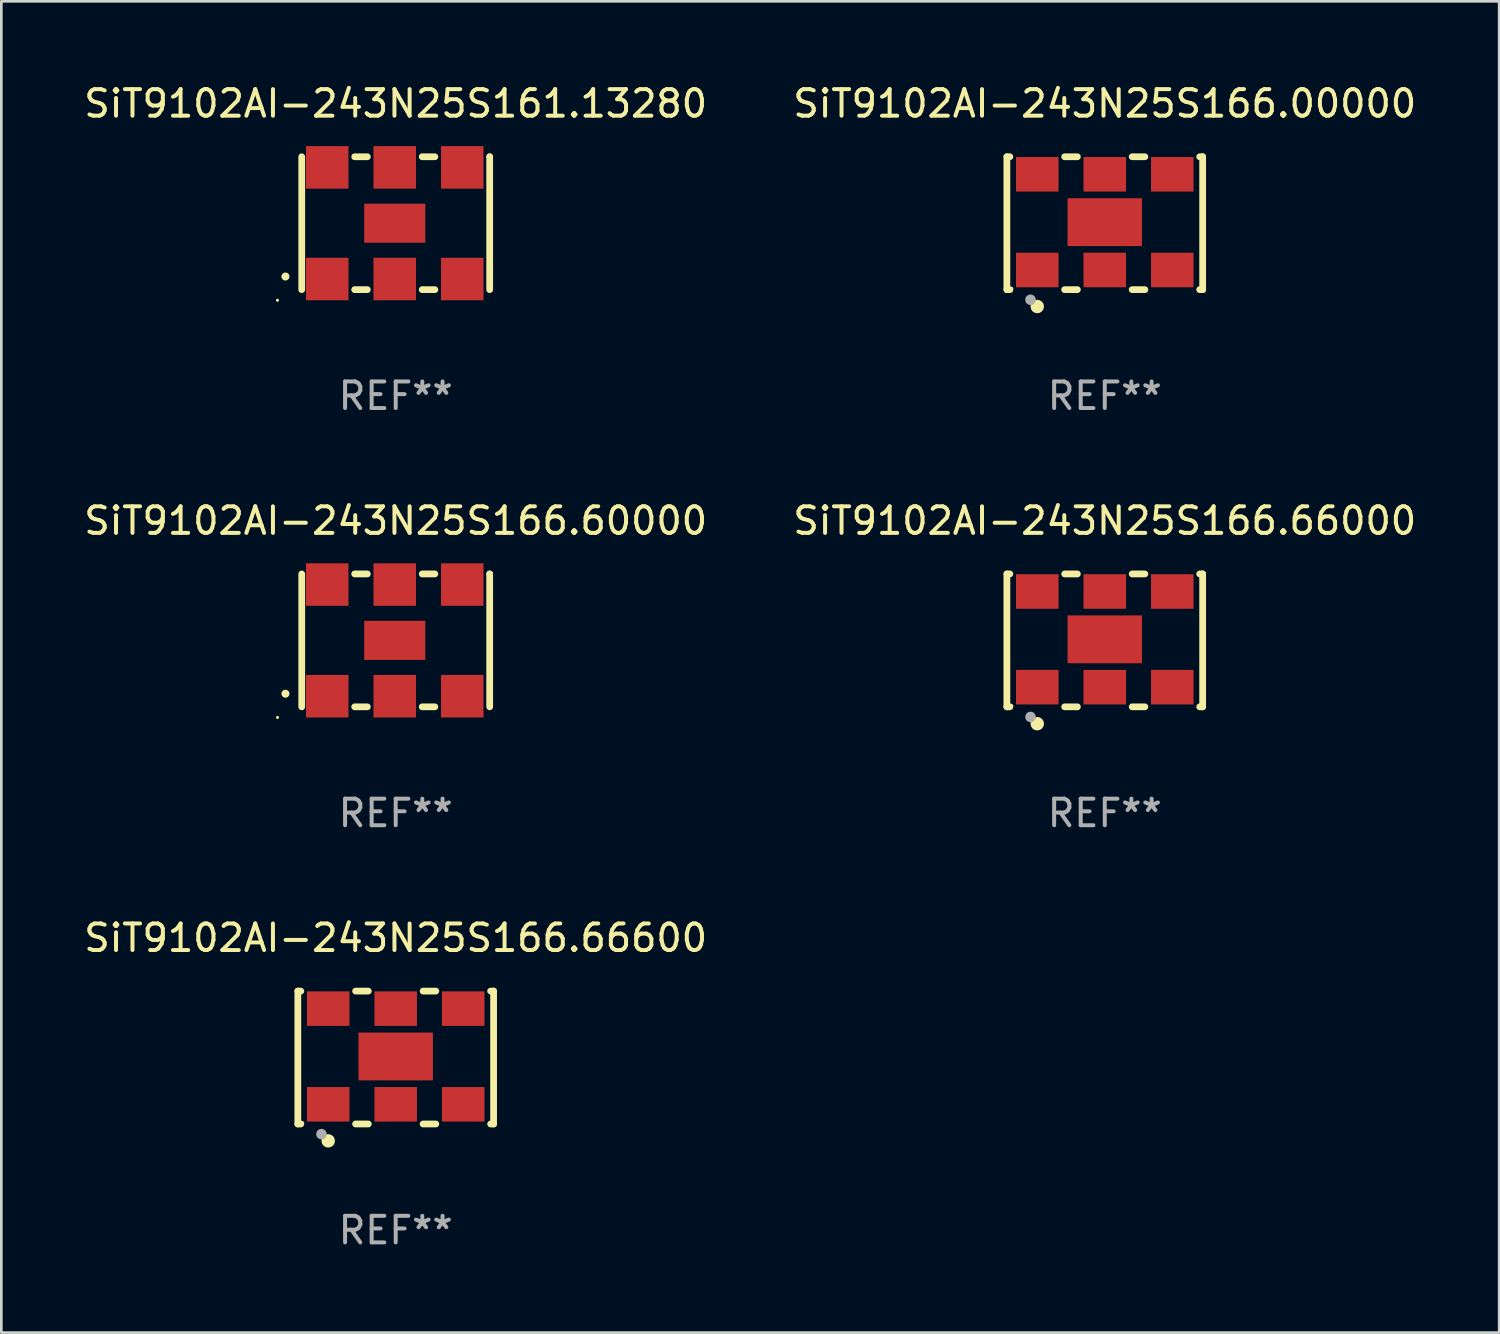
<source format=kicad_pcb>
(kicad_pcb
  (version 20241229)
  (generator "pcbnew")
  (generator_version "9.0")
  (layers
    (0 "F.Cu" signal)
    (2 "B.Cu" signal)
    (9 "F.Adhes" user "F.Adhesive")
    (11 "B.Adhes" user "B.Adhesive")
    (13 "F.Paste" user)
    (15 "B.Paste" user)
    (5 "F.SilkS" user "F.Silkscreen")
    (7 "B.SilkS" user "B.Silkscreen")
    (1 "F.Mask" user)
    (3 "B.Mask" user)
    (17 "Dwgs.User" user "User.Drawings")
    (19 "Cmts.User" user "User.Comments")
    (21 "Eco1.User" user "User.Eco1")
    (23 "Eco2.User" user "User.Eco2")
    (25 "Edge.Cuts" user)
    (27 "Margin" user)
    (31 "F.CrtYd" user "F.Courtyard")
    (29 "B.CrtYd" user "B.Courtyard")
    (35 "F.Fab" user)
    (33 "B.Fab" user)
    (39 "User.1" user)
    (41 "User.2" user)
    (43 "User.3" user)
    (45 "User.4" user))
  (footprint "SiT9102AI-243N25S161.13280"
    (layer "F.Cu")
    (at 11.839 5.348)
    (property "Reference" "SiT9102AI-243N25S161.13280" (at 0 -4.5 0) (layer "F.SilkS") (effects (font (size 1 1) (thickness 0.15))))
    (attr through_hole)
    (fp_line (start -3.536 -2.5) (end -3.536 2.5) (stroke (width 0.254) (type solid)) (layer "F.SilkS"))
    (fp_line (start -1.544 2.5) (end -1.067 2.5) (stroke (width 0.254) (type solid)) (layer "F.SilkS"))
    (fp_line (start -1.067 -2.5) (end -1.544 -2.5) (stroke (width 0.254) (type solid)) (layer "F.SilkS"))
    (fp_line (start 0.996 2.5) (end 1.473 2.5) (stroke (width 0.254) (type solid)) (layer "F.SilkS"))
    (fp_line (start 1.473 -2.5) (end 0.996 -2.5) (stroke (width 0.254) (type solid)) (layer "F.SilkS"))
    (fp_line (start 3.536 -2.5) (end 3.536 -2.5) (stroke (width 0.254) (type solid)) (layer "F.SilkS"))
    (fp_line (start 3.536 2.5) (end 3.536 -2.5) (stroke (width 0.254) (type solid)) (layer "F.SilkS"))
    (fp_arc (start -4.150432 2.006604) (mid -4.149162 2.006599) (end -4.147892 2.006604) (stroke (width 0.3) (type solid)) (layer "F.SilkS"))
    (fp_circle (center -4.449 2.9) (end -4.419 2.9) (stroke (width 0.06) (type solid)) (fill no) (layer "F.SilkS"))
    (fp_text user "REF**" (at 0 6.5 0) (layer "F.Fab") (effects (font (size 1 1) (thickness 0.15))))
    (pad "1" smd rect (at -2.576 2.1) (size 1.6 1.6) (layers "F.Cu" "F.Mask" "F.Paste"))
    (pad "2" smd rect (at -0.036 2.1) (size 1.6 1.6) (layers "F.Cu" "F.Mask" "F.Paste"))
    (pad "3" smd rect (at 2.504 2.1) (size 1.6 1.6) (layers "F.Cu" "F.Mask" "F.Paste"))
    (pad "4" smd rect (at 2.504 -2.1) (size 1.6 1.6) (layers "F.Cu" "F.Mask" "F.Paste"))
    (pad "5" smd rect (at -0.036 -2.1) (size 1.6 1.6) (layers "F.Cu" "F.Mask" "F.Paste"))
    (pad "6" smd rect (at -2.576 -2.1) (size 1.6 1.6) (layers "F.Cu" "F.Mask" "F.Paste"))
    (pad "7" smd rect (at -0.036 0) (size 2.3 1.47) (layers "F.Cu" "F.Mask" "F.Paste")))
  (footprint "SiT9102AI-243N25S166.66000"
    (layer "F.Cu")
    (at 38.518 21.045)
    (property "Reference" "SiT9102AI-243N25S166.66000" (at 0 -4.5 0) (layer "F.SilkS") (effects (font (size 1 1) (thickness 0.15))))
    (attr through_hole)
    (fp_line (start -3.683 -2.5) (end -3.571 -2.5) (stroke (width 0.254) (type solid)) (layer "F.SilkS"))
    (fp_line (start -3.683 2.5) (end -3.683 -2.5) (stroke (width 0.254) (type solid)) (layer "F.SilkS"))
    (fp_line (start -3.683 2.5) (end -3.571 2.5) (stroke (width 0.254) (type solid)) (layer "F.SilkS"))
    (fp_line (start -1.509 -2.5) (end -1.031 -2.5) (stroke (width 0.254) (type solid)) (layer "F.SilkS"))
    (fp_line (start -1.509 2.5) (end -1.031 2.5) (stroke (width 0.254) (type solid)) (layer "F.SilkS"))
    (fp_line (start 1.031 -2.5) (end 1.509 -2.5) (stroke (width 0.254) (type solid)) (layer "F.SilkS"))
    (fp_line (start 1.031 2.5) (end 1.509 2.5) (stroke (width 0.254) (type solid)) (layer "F.SilkS"))
    (fp_line (start 3.571 -2.5) (end 3.683 -2.5) (stroke (width 0.254) (type solid)) (layer "F.SilkS"))
    (fp_line (start 3.571 2.5) (end 3.683 2.5) (stroke (width 0.254) (type solid)) (layer "F.SilkS"))
    (fp_line (start 3.683 2.5) (end 3.683 -2.5) (stroke (width 0.254) (type solid)) (layer "F.SilkS"))
    (fp_circle (center -3.5 2.46) (end -3.47 2.46) (stroke (width 0.06) (type solid)) (fill no) (layer "F.SilkS"))
    (fp_circle (center -2.54 3.135) (end -2.413 3.135) (stroke (width 0.254) (type solid)) (fill no) (layer "F.SilkS"))
    (fp_circle (center -2.794 2.881) (end -2.694 2.881) (stroke (width 0.2) (type solid)) (fill no) (layer "F.Fab"))
    (fp_text user "REF**" (at 0 6.5 0) (layer "F.Fab") (effects (font (size 1 1) (thickness 0.15))))
    (pad "1" smd rect (at -2.54 1.76) (size 1.6 1.3) (layers "F.Cu" "F.Mask" "F.Paste"))
    (pad "2" smd rect (at 0 1.76) (size 1.6 1.3) (layers "F.Cu" "F.Mask" "F.Paste"))
    (pad "3" smd rect (at 2.54 1.76) (size 1.6 1.3) (layers "F.Cu" "F.Mask" "F.Paste"))
    (pad "4" smd rect (at 2.54 -1.84) (size 1.6 1.3) (layers "F.Cu" "F.Mask" "F.Paste"))
    (pad "5" smd rect (at 0 -1.84) (size 1.6 1.3) (layers "F.Cu" "F.Mask" "F.Paste"))
    (pad "6" smd rect (at -2.54 -1.84) (size 1.6 1.3) (layers "F.Cu" "F.Mask" "F.Paste"))
    (pad "7" smd rect (at 0 -0.04) (size 2.8 1.8) (layers "F.Cu" "F.Mask" "F.Paste")))
  (footprint "SiT9102AI-243N25S166.60000"
    (layer "F.Cu")
    (at 11.839 21.045)
    (property "Reference" "SiT9102AI-243N25S166.60000" (at 0 -4.5 0) (layer "F.SilkS") (effects (font (size 1 1) (thickness 0.15))))
    (attr through_hole)
    (fp_line (start -3.536 -2.5) (end -3.536 2.5) (stroke (width 0.254) (type solid)) (layer "F.SilkS"))
    (fp_line (start -1.544 2.5) (end -1.067 2.5) (stroke (width 0.254) (type solid)) (layer "F.SilkS"))
    (fp_line (start -1.067 -2.5) (end -1.544 -2.5) (stroke (width 0.254) (type solid)) (layer "F.SilkS"))
    (fp_line (start 0.996 2.5) (end 1.473 2.5) (stroke (width 0.254) (type solid)) (layer "F.SilkS"))
    (fp_line (start 1.473 -2.5) (end 0.996 -2.5) (stroke (width 0.254) (type solid)) (layer "F.SilkS"))
    (fp_line (start 3.536 -2.5) (end 3.536 -2.5) (stroke (width 0.254) (type solid)) (layer "F.SilkS"))
    (fp_line (start 3.536 2.5) (end 3.536 -2.5) (stroke (width 0.254) (type solid)) (layer "F.SilkS"))
    (fp_arc (start -4.150432 2.006604) (mid -4.149162 2.006599) (end -4.147892 2.006604) (stroke (width 0.3) (type solid)) (layer "F.SilkS"))
    (fp_circle (center -4.449 2.9) (end -4.419 2.9) (stroke (width 0.06) (type solid)) (fill no) (layer "F.SilkS"))
    (fp_text user "REF**" (at 0 6.5 0) (layer "F.Fab") (effects (font (size 1 1) (thickness 0.15))))
    (pad "1" smd rect (at -2.576 2.1) (size 1.6 1.6) (layers "F.Cu" "F.Mask" "F.Paste"))
    (pad "2" smd rect (at -0.036 2.1) (size 1.6 1.6) (layers "F.Cu" "F.Mask" "F.Paste"))
    (pad "3" smd rect (at 2.504 2.1) (size 1.6 1.6) (layers "F.Cu" "F.Mask" "F.Paste"))
    (pad "4" smd rect (at 2.504 -2.1) (size 1.6 1.6) (layers "F.Cu" "F.Mask" "F.Paste"))
    (pad "5" smd rect (at -0.036 -2.1) (size 1.6 1.6) (layers "F.Cu" "F.Mask" "F.Paste"))
    (pad "6" smd rect (at -2.576 -2.1) (size 1.6 1.6) (layers "F.Cu" "F.Mask" "F.Paste"))
    (pad "7" smd rect (at -0.036 0) (size 2.3 1.47) (layers "F.Cu" "F.Mask" "F.Paste")))
  (footprint "SiT9102AI-243N25S166.66600"
    (layer "F.Cu")
    (at 11.839 36.741)
    (property "Reference" "SiT9102AI-243N25S166.66600" (at 0 -4.5 0) (layer "F.SilkS") (effects (font (size 1 1) (thickness 0.15))))
    (attr through_hole)
    (fp_line (start -3.683 -2.5) (end -3.571 -2.5) (stroke (width 0.254) (type solid)) (layer "F.SilkS"))
    (fp_line (start -3.683 2.5) (end -3.683 -2.5) (stroke (width 0.254) (type solid)) (layer "F.SilkS"))
    (fp_line (start -3.683 2.5) (end -3.571 2.5) (stroke (width 0.254) (type solid)) (layer "F.SilkS"))
    (fp_line (start -1.509 -2.5) (end -1.031 -2.5) (stroke (width 0.254) (type solid)) (layer "F.SilkS"))
    (fp_line (start -1.509 2.5) (end -1.031 2.5) (stroke (width 0.254) (type solid)) (layer "F.SilkS"))
    (fp_line (start 1.031 -2.5) (end 1.509 -2.5) (stroke (width 0.254) (type solid)) (layer "F.SilkS"))
    (fp_line (start 1.031 2.5) (end 1.509 2.5) (stroke (width 0.254) (type solid)) (layer "F.SilkS"))
    (fp_line (start 3.571 -2.5) (end 3.683 -2.5) (stroke (width 0.254) (type solid)) (layer "F.SilkS"))
    (fp_line (start 3.571 2.5) (end 3.683 2.5) (stroke (width 0.254) (type solid)) (layer "F.SilkS"))
    (fp_line (start 3.683 2.5) (end 3.683 -2.5) (stroke (width 0.254) (type solid)) (layer "F.SilkS"))
    (fp_circle (center -3.5 2.46) (end -3.47 2.46) (stroke (width 0.06) (type solid)) (fill no) (layer "F.SilkS"))
    (fp_circle (center -2.54 3.135) (end -2.413 3.135) (stroke (width 0.254) (type solid)) (fill no) (layer "F.SilkS"))
    (fp_circle (center -2.794 2.881) (end -2.694 2.881) (stroke (width 0.2) (type solid)) (fill no) (layer "F.Fab"))
    (fp_text user "REF**" (at 0 6.5 0) (layer "F.Fab") (effects (font (size 1 1) (thickness 0.15))))
    (pad "1" smd rect (at -2.54 1.76) (size 1.6 1.3) (layers "F.Cu" "F.Mask" "F.Paste"))
    (pad "2" smd rect (at 0 1.76) (size 1.6 1.3) (layers "F.Cu" "F.Mask" "F.Paste"))
    (pad "3" smd rect (at 2.54 1.76) (size 1.6 1.3) (layers "F.Cu" "F.Mask" "F.Paste"))
    (pad "4" smd rect (at 2.54 -1.84) (size 1.6 1.3) (layers "F.Cu" "F.Mask" "F.Paste"))
    (pad "5" smd rect (at 0 -1.84) (size 1.6 1.3) (layers "F.Cu" "F.Mask" "F.Paste"))
    (pad "6" smd rect (at -2.54 -1.84) (size 1.6 1.3) (layers "F.Cu" "F.Mask" "F.Paste"))
    (pad "7" smd rect (at 0 -0.04) (size 2.8 1.8) (layers "F.Cu" "F.Mask" "F.Paste")))
  (footprint "SiT9102AI-243N25S166.00000"
    (layer "F.Cu")
    (at 38.518 5.348)
    (property "Reference" "SiT9102AI-243N25S166.00000" (at 0 -4.5 0) (layer "F.SilkS") (effects (font (size 1 1) (thickness 0.15))))
    (attr through_hole)
    (fp_line (start -3.683 -2.5) (end -3.571 -2.5) (stroke (width 0.254) (type solid)) (layer "F.SilkS"))
    (fp_line (start -3.683 2.5) (end -3.683 -2.5) (stroke (width 0.254) (type solid)) (layer "F.SilkS"))
    (fp_line (start -3.683 2.5) (end -3.571 2.5) (stroke (width 0.254) (type solid)) (layer "F.SilkS"))
    (fp_line (start -1.509 -2.5) (end -1.031 -2.5) (stroke (width 0.254) (type solid)) (layer "F.SilkS"))
    (fp_line (start -1.509 2.5) (end -1.031 2.5) (stroke (width 0.254) (type solid)) (layer "F.SilkS"))
    (fp_line (start 1.031 -2.5) (end 1.509 -2.5) (stroke (width 0.254) (type solid)) (layer "F.SilkS"))
    (fp_line (start 1.031 2.5) (end 1.509 2.5) (stroke (width 0.254) (type solid)) (layer "F.SilkS"))
    (fp_line (start 3.571 -2.5) (end 3.683 -2.5) (stroke (width 0.254) (type solid)) (layer "F.SilkS"))
    (fp_line (start 3.571 2.5) (end 3.683 2.5) (stroke (width 0.254) (type solid)) (layer "F.SilkS"))
    (fp_line (start 3.683 2.5) (end 3.683 -2.5) (stroke (width 0.254) (type solid)) (layer "F.SilkS"))
    (fp_circle (center -3.5 2.46) (end -3.47 2.46) (stroke (width 0.06) (type solid)) (fill no) (layer "F.SilkS"))
    (fp_circle (center -2.54 3.135) (end -2.413 3.135) (stroke (width 0.254) (type solid)) (fill no) (layer "F.SilkS"))
    (fp_circle (center -2.794 2.881) (end -2.694 2.881) (stroke (width 0.2) (type solid)) (fill no) (layer "F.Fab"))
    (fp_text user "REF**" (at 0 6.5 0) (layer "F.Fab") (effects (font (size 1 1) (thickness 0.15))))
    (pad "1" smd rect (at -2.54 1.76) (size 1.6 1.3) (layers "F.Cu" "F.Mask" "F.Paste"))
    (pad "2" smd rect (at 0 1.76) (size 1.6 1.3) (layers "F.Cu" "F.Mask" "F.Paste"))
    (pad "3" smd rect (at 2.54 1.76) (size 1.6 1.3) (layers "F.Cu" "F.Mask" "F.Paste"))
    (pad "4" smd rect (at 2.54 -1.84) (size 1.6 1.3) (layers "F.Cu" "F.Mask" "F.Paste"))
    (pad "5" smd rect (at 0 -1.84) (size 1.6 1.3) (layers "F.Cu" "F.Mask" "F.Paste"))
    (pad "6" smd rect (at -2.54 -1.84) (size 1.6 1.3) (layers "F.Cu" "F.Mask" "F.Paste"))
    (pad "7" smd rect (at 0 -0.04) (size 2.8 1.8) (layers "F.Cu" "F.Mask" "F.Paste")))
  (gr_rect
    (start -3 -3)
    (end 53.357 47.09)
    (stroke (width 0.1) (type default))
    (fill no)
    (layer "Edge.Cuts")))
</source>
